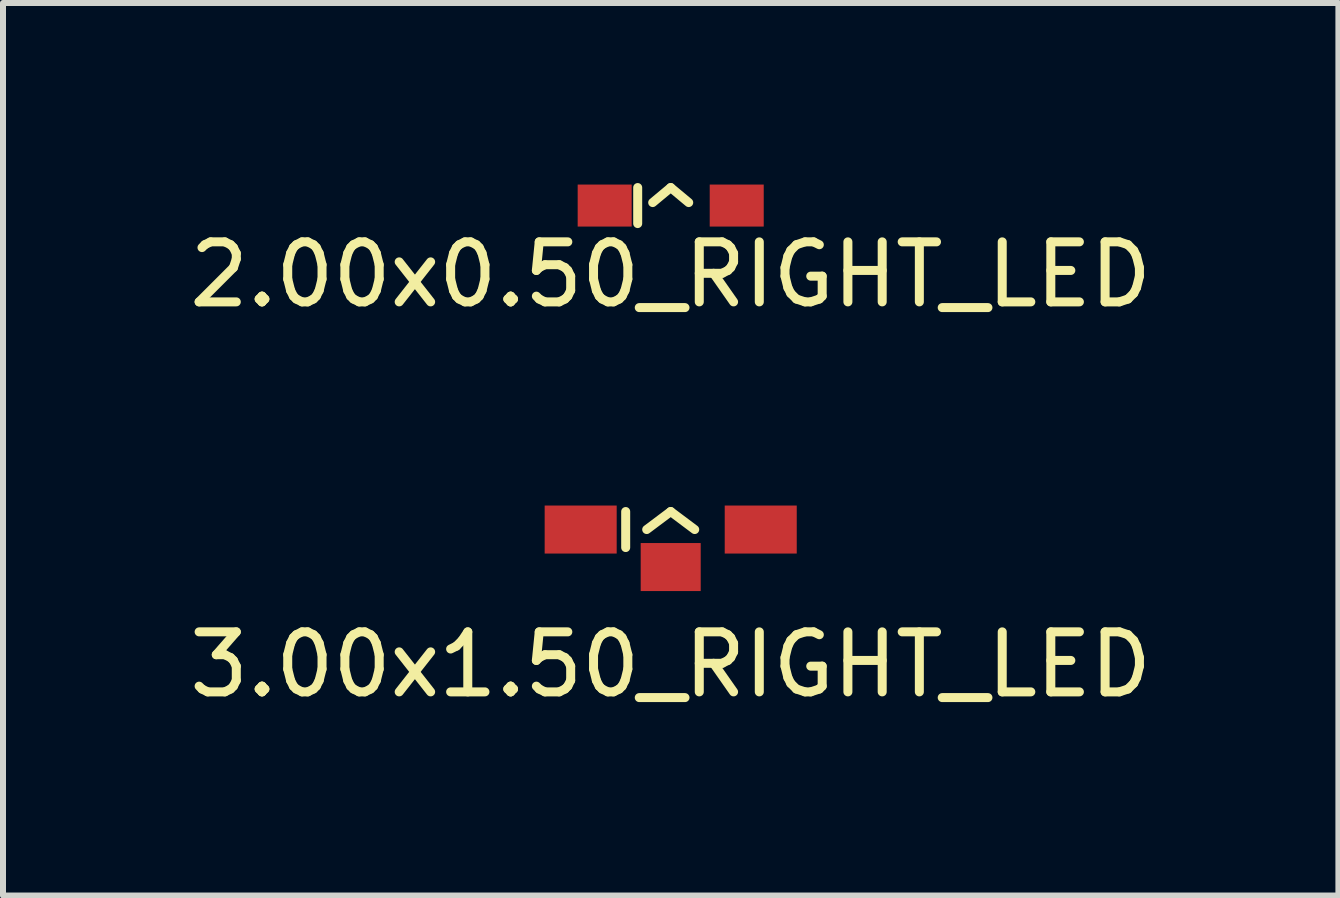
<source format=kicad_pcb>
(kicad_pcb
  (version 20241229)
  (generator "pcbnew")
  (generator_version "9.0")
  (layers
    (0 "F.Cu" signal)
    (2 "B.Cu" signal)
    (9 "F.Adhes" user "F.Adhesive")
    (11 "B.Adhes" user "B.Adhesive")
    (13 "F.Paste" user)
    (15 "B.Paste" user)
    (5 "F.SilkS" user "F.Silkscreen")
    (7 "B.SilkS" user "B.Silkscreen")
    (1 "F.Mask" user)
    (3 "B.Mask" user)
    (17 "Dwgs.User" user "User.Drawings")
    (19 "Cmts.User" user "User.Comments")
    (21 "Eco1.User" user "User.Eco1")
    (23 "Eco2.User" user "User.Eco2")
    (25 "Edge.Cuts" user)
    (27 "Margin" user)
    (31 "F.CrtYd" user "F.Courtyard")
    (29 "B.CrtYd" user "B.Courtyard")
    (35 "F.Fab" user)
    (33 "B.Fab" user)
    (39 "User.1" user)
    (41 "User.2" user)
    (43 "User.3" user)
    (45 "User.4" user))
  (footprint "3.00x1.50_RIGHT_LED"
    (layer "F.Cu")
    (at 8.125 5.773)
    (property "Reference" "3.00x1.50_RIGHT_LED" (at 0 2.25 0) (layer "F.SilkS") (effects (font (size 1 1) (thickness 0.15))))
    (attr through_hole)
    (fp_line (start -0.75 -0.3) (end -0.75 0.3) (stroke (width 0.15) (type solid)) (layer "F.SilkS"))
    (fp_line (start 0 -0.3) (end -0.4 0) (stroke (width 0.15) (type solid)) (layer "F.SilkS"))
    (fp_line (start 0 -0.3) (end 0.4 0) (stroke (width 0.15) (type solid)) (layer "F.SilkS"))
    (pad "1" smd rect (at -1.5 0) (size 1.2 0.8) (layers "F.Cu" "F.Mask" "F.Paste"))
    (pad "2" smd rect (at 0 0.625) (size 1 0.8) (layers "F.Cu" "F.Mask" "F.Paste"))
    (pad "2" smd rect (at 1.5 0) (size 1.2 0.8) (layers "F.Cu" "F.Mask" "F.Paste")))
  (footprint "2.00x0.50_RIGHT_LED"
    (layer "F.Cu")
    (at 8.125 0.375)
    (property "Reference" "2.00x0.50_RIGHT_LED" (at 0 1.15 0) (layer "F.SilkS") (effects (font (size 1 1) (thickness 0.15))))
    (attr through_hole)
    (fp_line (start -0.55 -0.3) (end -0.55 0.3) (stroke (width 0.15) (type solid)) (layer "F.SilkS"))
    (fp_line (start 0 -0.3) (end -0.3 -0.05) (stroke (width 0.15) (type solid)) (layer "F.SilkS"))
    (fp_line (start 0 -0.3) (end 0.3 -0.05) (stroke (width 0.15) (type solid)) (layer "F.SilkS"))
    (pad "1" smd rect (at -1.1 0) (size 0.9 0.7) (layers "F.Cu" "F.Mask" "F.Paste"))
    (pad "2" smd rect (at 1.1 0) (size 0.9 0.7) (layers "F.Cu" "F.Mask" "F.Paste")))
  (gr_rect
    (start -3 -3)
    (end 19.25 11.871)
    (stroke (width 0.1) (type default))
    (fill no)
    (layer "Edge.Cuts")))
</source>
